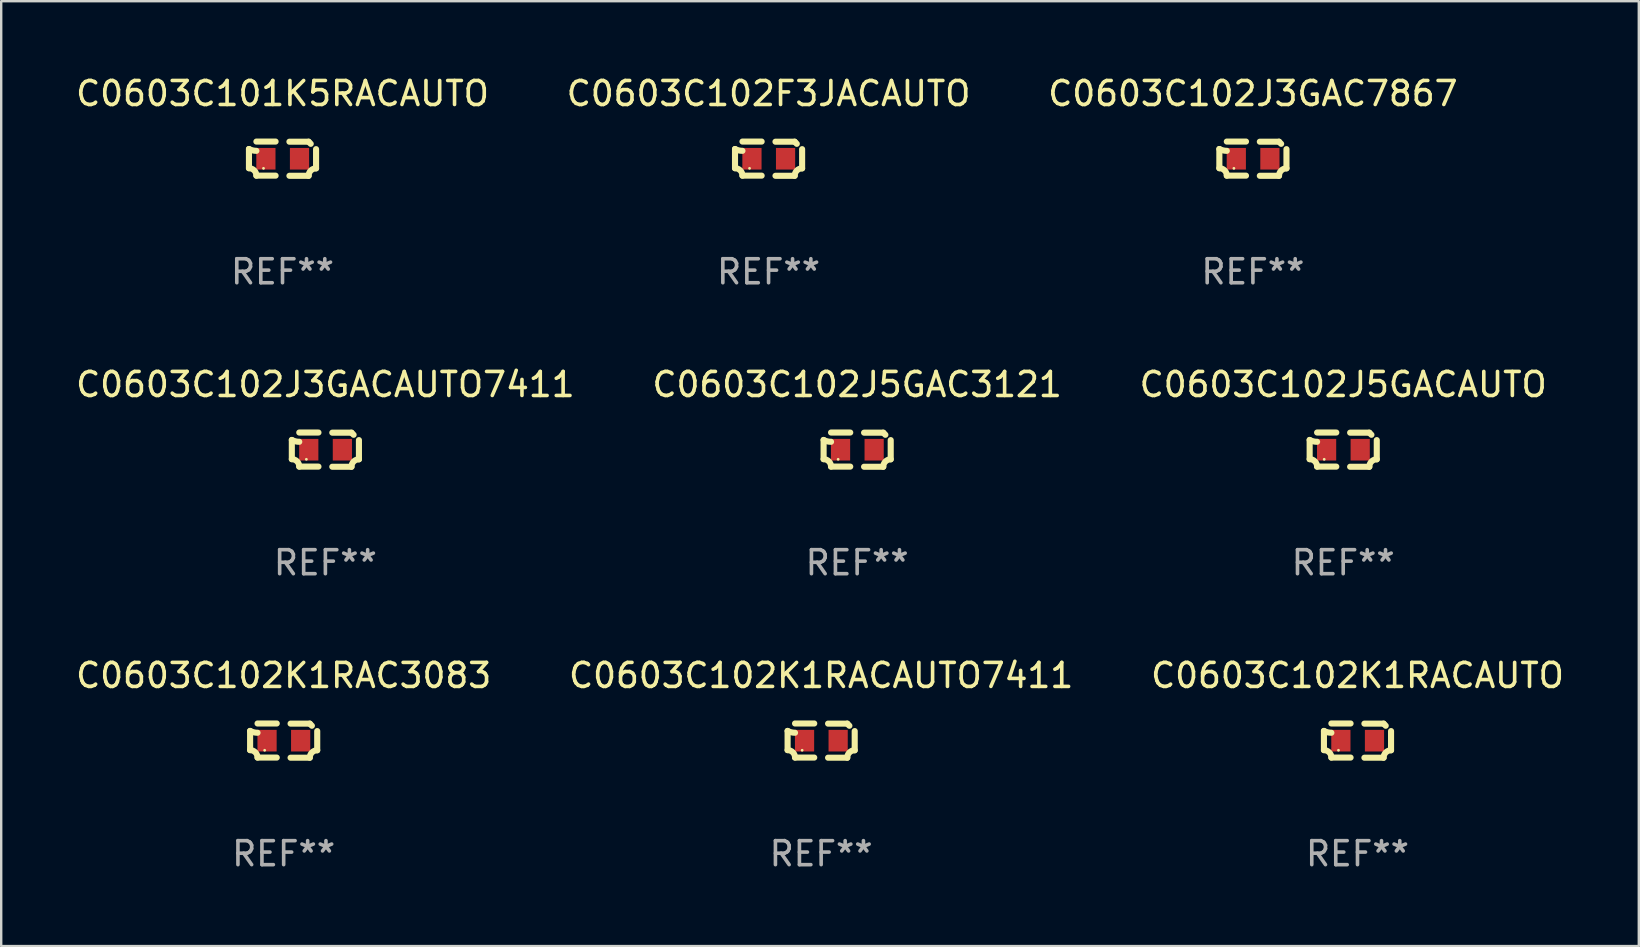
<source format=kicad_pcb>
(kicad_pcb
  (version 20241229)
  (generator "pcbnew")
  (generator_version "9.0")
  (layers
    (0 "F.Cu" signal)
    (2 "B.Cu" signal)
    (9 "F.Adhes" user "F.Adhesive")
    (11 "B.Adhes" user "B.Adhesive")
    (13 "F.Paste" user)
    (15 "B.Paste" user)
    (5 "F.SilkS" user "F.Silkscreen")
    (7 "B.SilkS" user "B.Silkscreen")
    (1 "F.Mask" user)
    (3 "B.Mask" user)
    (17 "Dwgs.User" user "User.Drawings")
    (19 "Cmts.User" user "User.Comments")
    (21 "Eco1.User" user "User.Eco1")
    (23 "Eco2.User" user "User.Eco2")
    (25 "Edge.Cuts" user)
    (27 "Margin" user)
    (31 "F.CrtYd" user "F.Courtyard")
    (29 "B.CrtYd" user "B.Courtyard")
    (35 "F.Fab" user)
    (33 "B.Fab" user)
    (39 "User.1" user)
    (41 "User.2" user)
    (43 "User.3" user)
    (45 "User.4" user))
  (footprint "C0603C102J3GACAUTO7411"
    (layer "F.Cu")
    (at 10.506 15.683)
    (property "Reference" "C0603C102J3GACAUTO7411" (at 0 -2.713 0) (layer "F.SilkS") (effects (font (size 1 1) (thickness 0.15))))
    (attr through_hole)
    (fp_line (start -1.398 -0.403) (end -1.398 0.397) (stroke (width 0.254) (type solid)) (layer "F.SilkS"))
    (fp_line (start -0.288 -0.713) (end -1.088 -0.713) (stroke (width 0.254) (type solid)) (layer "F.SilkS"))
    (fp_line (start -0.288 0.707) (end -1.088 0.707) (stroke (width 0.254) (type solid)) (layer "F.SilkS"))
    (fp_line (start 0.288 -0.707) (end 1.088 -0.707) (stroke (width 0.254) (type solid)) (layer "F.SilkS"))
    (fp_line (start 0.288 0.713) (end 1.088 0.713) (stroke (width 0.254) (type solid)) (layer "F.SilkS"))
    (fp_line (start 1.398 -0.397) (end 1.398 0.403) (stroke (width 0.254) (type solid)) (layer "F.SilkS"))
    (fp_arc (start -1.397789 0.397066) (mid -1.178701 0.487826) (end -1.08796 0.706922) (stroke (width 0.254001) (type solid)) (layer "F.SilkS"))
    (fp_arc (start -1.08796 -0.327176) (mid -1.247436 -0.346384) (end -1.39779 -0.402908) (stroke (width 0.254001) (type solid)) (layer "F.SilkS"))
    (fp_arc (start 1.087909 0.712738) (mid 1.178656 0.493655) (end 1.397739 0.402908) (stroke (width 0.254001) (type solid)) (layer "F.SilkS"))
    (fp_arc (start 1.175925 -0.618926) (mid 1.131917 -0.662923) (end 1.08791 -0.706922) (stroke (width 0.254001) (type solid)) (layer "F.SilkS"))
    (fp_circle (center -0.792 0.403) (end -0.762 0.403) (stroke (width 0.06) (type solid)) (fill no) (layer "F.SilkS"))
    (fp_text user "REF**" (at 0 4.713 0) (layer "F.Fab") (effects (font (size 1 1) (thickness 0.15))))
    (pad "1" smd rect (at -0.692 0.003) (size 0.8 0.9) (layers "F.Cu" "F.Mask" "F.Paste"))
    (pad "2" smd rect (at 0.708 0.003) (size 0.8 0.9) (layers "F.Cu" "F.Mask" "F.Paste")))
  (footprint "C0603C102K1RAC3083"
    (layer "F.Cu")
    (at 8.768 27.805)
    (property "Reference" "C0603C102K1RAC3083" (at 0 -2.713 0) (layer "F.SilkS") (effects (font (size 1 1) (thickness 0.15))))
    (attr through_hole)
    (fp_line (start -1.398 -0.403) (end -1.398 0.397) (stroke (width 0.254) (type solid)) (layer "F.SilkS"))
    (fp_line (start -0.288 -0.713) (end -1.088 -0.713) (stroke (width 0.254) (type solid)) (layer "F.SilkS"))
    (fp_line (start -0.288 0.707) (end -1.088 0.707) (stroke (width 0.254) (type solid)) (layer "F.SilkS"))
    (fp_line (start 0.288 -0.707) (end 1.088 -0.707) (stroke (width 0.254) (type solid)) (layer "F.SilkS"))
    (fp_line (start 0.288 0.713) (end 1.088 0.713) (stroke (width 0.254) (type solid)) (layer "F.SilkS"))
    (fp_line (start 1.398 -0.397) (end 1.398 0.403) (stroke (width 0.254) (type solid)) (layer "F.SilkS"))
    (fp_arc (start -1.397789 0.397066) (mid -1.178701 0.487826) (end -1.08796 0.706922) (stroke (width 0.254001) (type solid)) (layer "F.SilkS"))
    (fp_arc (start -1.08796 -0.327176) (mid -1.247436 -0.346384) (end -1.39779 -0.402908) (stroke (width 0.254001) (type solid)) (layer "F.SilkS"))
    (fp_arc (start 1.087909 0.712738) (mid 1.178656 0.493655) (end 1.397739 0.402908) (stroke (width 0.254001) (type solid)) (layer "F.SilkS"))
    (fp_arc (start 1.175925 -0.618926) (mid 1.131917 -0.662923) (end 1.08791 -0.706922) (stroke (width 0.254001) (type solid)) (layer "F.SilkS"))
    (fp_circle (center -0.792 0.403) (end -0.762 0.403) (stroke (width 0.06) (type solid)) (fill no) (layer "F.SilkS"))
    (fp_text user "REF**" (at 0 4.713 0) (layer "F.Fab") (effects (font (size 1 1) (thickness 0.15))))
    (pad "1" smd rect (at -0.692 0.003) (size 0.8 0.9) (layers "F.Cu" "F.Mask" "F.Paste"))
    (pad "2" smd rect (at 0.708 0.003) (size 0.8 0.9) (layers "F.Cu" "F.Mask" "F.Paste")))
  (footprint "C0603C102F3JACAUTO"
    (layer "F.Cu")
    (at 28.97 3.561)
    (property "Reference" "C0603C102F3JACAUTO" (at 0 -2.713 0) (layer "F.SilkS") (effects (font (size 1 1) (thickness 0.15))))
    (attr through_hole)
    (fp_line (start -1.398 -0.403) (end -1.398 0.397) (stroke (width 0.254) (type solid)) (layer "F.SilkS"))
    (fp_line (start -0.288 -0.713) (end -1.088 -0.713) (stroke (width 0.254) (type solid)) (layer "F.SilkS"))
    (fp_line (start -0.288 0.707) (end -1.088 0.707) (stroke (width 0.254) (type solid)) (layer "F.SilkS"))
    (fp_line (start 0.288 -0.707) (end 1.088 -0.707) (stroke (width 0.254) (type solid)) (layer "F.SilkS"))
    (fp_line (start 0.288 0.713) (end 1.088 0.713) (stroke (width 0.254) (type solid)) (layer "F.SilkS"))
    (fp_line (start 1.398 -0.397) (end 1.398 0.403) (stroke (width 0.254) (type solid)) (layer "F.SilkS"))
    (fp_arc (start -1.397789 0.397066) (mid -1.178701 0.487826) (end -1.08796 0.706922) (stroke (width 0.254001) (type solid)) (layer "F.SilkS"))
    (fp_arc (start -1.08796 -0.327176) (mid -1.247436 -0.346384) (end -1.39779 -0.402908) (stroke (width 0.254001) (type solid)) (layer "F.SilkS"))
    (fp_arc (start 1.087909 0.712738) (mid 1.178656 0.493655) (end 1.397739 0.402908) (stroke (width 0.254001) (type solid)) (layer "F.SilkS"))
    (fp_arc (start 1.175925 -0.618926) (mid 1.131917 -0.662923) (end 1.08791 -0.706922) (stroke (width 0.254001) (type solid)) (layer "F.SilkS"))
    (fp_circle (center -0.792 0.403) (end -0.762 0.403) (stroke (width 0.06) (type solid)) (fill no) (layer "F.SilkS"))
    (fp_text user "REF**" (at 0 4.713 0) (layer "F.Fab") (effects (font (size 1 1) (thickness 0.15))))
    (pad "1" smd rect (at -0.692 0.003) (size 0.8 0.9) (layers "F.Cu" "F.Mask" "F.Paste"))
    (pad "2" smd rect (at 0.708 0.003) (size 0.8 0.9) (layers "F.Cu" "F.Mask" "F.Paste")))
  (footprint "C0603C102J5GAC3121"
    (layer "F.Cu")
    (at 32.661 15.683)
    (property "Reference" "C0603C102J5GAC3121" (at 0 -2.713 0) (layer "F.SilkS") (effects (font (size 1 1) (thickness 0.15))))
    (attr through_hole)
    (fp_line (start -1.398 -0.403) (end -1.398 0.397) (stroke (width 0.254) (type solid)) (layer "F.SilkS"))
    (fp_line (start -0.288 -0.713) (end -1.088 -0.713) (stroke (width 0.254) (type solid)) (layer "F.SilkS"))
    (fp_line (start -0.288 0.707) (end -1.088 0.707) (stroke (width 0.254) (type solid)) (layer "F.SilkS"))
    (fp_line (start 0.288 -0.707) (end 1.088 -0.707) (stroke (width 0.254) (type solid)) (layer "F.SilkS"))
    (fp_line (start 0.288 0.713) (end 1.088 0.713) (stroke (width 0.254) (type solid)) (layer "F.SilkS"))
    (fp_line (start 1.398 -0.397) (end 1.398 0.403) (stroke (width 0.254) (type solid)) (layer "F.SilkS"))
    (fp_arc (start -1.397789 0.397066) (mid -1.178701 0.487826) (end -1.08796 0.706922) (stroke (width 0.254001) (type solid)) (layer "F.SilkS"))
    (fp_arc (start -1.08796 -0.327176) (mid -1.247436 -0.346384) (end -1.39779 -0.402908) (stroke (width 0.254001) (type solid)) (layer "F.SilkS"))
    (fp_arc (start 1.087909 0.712738) (mid 1.178656 0.493655) (end 1.397739 0.402908) (stroke (width 0.254001) (type solid)) (layer "F.SilkS"))
    (fp_arc (start 1.175925 -0.618926) (mid 1.131917 -0.662923) (end 1.08791 -0.706922) (stroke (width 0.254001) (type solid)) (layer "F.SilkS"))
    (fp_circle (center -0.792 0.403) (end -0.762 0.403) (stroke (width 0.06) (type solid)) (fill no) (layer "F.SilkS"))
    (fp_text user "REF**" (at 0 4.713 0) (layer "F.Fab") (effects (font (size 1 1) (thickness 0.15))))
    (pad "1" smd rect (at -0.692 0.003) (size 0.8 0.9) (layers "F.Cu" "F.Mask" "F.Paste"))
    (pad "2" smd rect (at 0.708 0.003) (size 0.8 0.9) (layers "F.Cu" "F.Mask" "F.Paste")))
  (footprint "C0603C101K5RACAUTO"
    (layer "F.Cu")
    (at 8.72 3.561)
    (property "Reference" "C0603C101K5RACAUTO" (at 0 -2.713 0) (layer "F.SilkS") (effects (font (size 1 1) (thickness 0.15))))
    (attr through_hole)
    (fp_line (start -1.398 -0.403) (end -1.398 0.397) (stroke (width 0.254) (type solid)) (layer "F.SilkS"))
    (fp_line (start -0.288 -0.713) (end -1.088 -0.713) (stroke (width 0.254) (type solid)) (layer "F.SilkS"))
    (fp_line (start -0.288 0.707) (end -1.088 0.707) (stroke (width 0.254) (type solid)) (layer "F.SilkS"))
    (fp_line (start 0.288 -0.707) (end 1.088 -0.707) (stroke (width 0.254) (type solid)) (layer "F.SilkS"))
    (fp_line (start 0.288 0.713) (end 1.088 0.713) (stroke (width 0.254) (type solid)) (layer "F.SilkS"))
    (fp_line (start 1.398 -0.397) (end 1.398 0.403) (stroke (width 0.254) (type solid)) (layer "F.SilkS"))
    (fp_arc (start -1.397789 0.397066) (mid -1.178701 0.487826) (end -1.08796 0.706922) (stroke (width 0.254001) (type solid)) (layer "F.SilkS"))
    (fp_arc (start -1.08796 -0.327176) (mid -1.247436 -0.346384) (end -1.39779 -0.402908) (stroke (width 0.254001) (type solid)) (layer "F.SilkS"))
    (fp_arc (start 1.087909 0.712738) (mid 1.178656 0.493655) (end 1.397739 0.402908) (stroke (width 0.254001) (type solid)) (layer "F.SilkS"))
    (fp_arc (start 1.175925 -0.618926) (mid 1.131917 -0.662923) (end 1.08791 -0.706922) (stroke (width 0.254001) (type solid)) (layer "F.SilkS"))
    (fp_circle (center -0.792 0.403) (end -0.762 0.403) (stroke (width 0.06) (type solid)) (fill no) (layer "F.SilkS"))
    (fp_text user "REF**" (at 0 4.713 0) (layer "F.Fab") (effects (font (size 1 1) (thickness 0.15))))
    (pad "1" smd rect (at -0.692 0.003) (size 0.8 0.9) (layers "F.Cu" "F.Mask" "F.Paste"))
    (pad "2" smd rect (at 0.708 0.003) (size 0.8 0.9) (layers "F.Cu" "F.Mask" "F.Paste")))
  (footprint "C0603C102J3GAC7867"
    (layer "F.Cu")
    (at 49.149 3.561)
    (property "Reference" "C0603C102J3GAC7867" (at 0 -2.713 0) (layer "F.SilkS") (effects (font (size 1 1) (thickness 0.15))))
    (attr through_hole)
    (fp_line (start -1.398 -0.403) (end -1.398 0.397) (stroke (width 0.254) (type solid)) (layer "F.SilkS"))
    (fp_line (start -0.288 -0.713) (end -1.088 -0.713) (stroke (width 0.254) (type solid)) (layer "F.SilkS"))
    (fp_line (start -0.288 0.707) (end -1.088 0.707) (stroke (width 0.254) (type solid)) (layer "F.SilkS"))
    (fp_line (start 0.288 -0.707) (end 1.088 -0.707) (stroke (width 0.254) (type solid)) (layer "F.SilkS"))
    (fp_line (start 0.288 0.713) (end 1.088 0.713) (stroke (width 0.254) (type solid)) (layer "F.SilkS"))
    (fp_line (start 1.398 -0.397) (end 1.398 0.403) (stroke (width 0.254) (type solid)) (layer "F.SilkS"))
    (fp_arc (start -1.397789 0.397066) (mid -1.178701 0.487826) (end -1.08796 0.706922) (stroke (width 0.254001) (type solid)) (layer "F.SilkS"))
    (fp_arc (start -1.08796 -0.327176) (mid -1.247436 -0.346384) (end -1.39779 -0.402908) (stroke (width 0.254001) (type solid)) (layer "F.SilkS"))
    (fp_arc (start 1.087909 0.712738) (mid 1.178656 0.493655) (end 1.397739 0.402908) (stroke (width 0.254001) (type solid)) (layer "F.SilkS"))
    (fp_arc (start 1.175925 -0.618926) (mid 1.131917 -0.662923) (end 1.08791 -0.706922) (stroke (width 0.254001) (type solid)) (layer "F.SilkS"))
    (fp_circle (center -0.792 0.403) (end -0.762 0.403) (stroke (width 0.06) (type solid)) (fill no) (layer "F.SilkS"))
    (fp_text user "REF**" (at 0 4.713 0) (layer "F.Fab") (effects (font (size 1 1) (thickness 0.15))))
    (pad "1" smd rect (at -0.692 0.003) (size 0.8 0.9) (layers "F.Cu" "F.Mask" "F.Paste"))
    (pad "2" smd rect (at 0.708 0.003) (size 0.8 0.9) (layers "F.Cu" "F.Mask" "F.Paste")))
  (footprint "C0603C102J5GACAUTO"
    (layer "F.Cu")
    (at 52.911 15.683)
    (property "Reference" "C0603C102J5GACAUTO" (at 0 -2.713 0) (layer "F.SilkS") (effects (font (size 1 1) (thickness 0.15))))
    (attr through_hole)
    (fp_line (start -1.398 -0.403) (end -1.398 0.397) (stroke (width 0.254) (type solid)) (layer "F.SilkS"))
    (fp_line (start -0.288 -0.713) (end -1.088 -0.713) (stroke (width 0.254) (type solid)) (layer "F.SilkS"))
    (fp_line (start -0.288 0.707) (end -1.088 0.707) (stroke (width 0.254) (type solid)) (layer "F.SilkS"))
    (fp_line (start 0.288 -0.707) (end 1.088 -0.707) (stroke (width 0.254) (type solid)) (layer "F.SilkS"))
    (fp_line (start 0.288 0.713) (end 1.088 0.713) (stroke (width 0.254) (type solid)) (layer "F.SilkS"))
    (fp_line (start 1.398 -0.397) (end 1.398 0.403) (stroke (width 0.254) (type solid)) (layer "F.SilkS"))
    (fp_arc (start -1.397789 0.397066) (mid -1.178701 0.487826) (end -1.08796 0.706922) (stroke (width 0.254001) (type solid)) (layer "F.SilkS"))
    (fp_arc (start -1.08796 -0.327176) (mid -1.247436 -0.346384) (end -1.39779 -0.402908) (stroke (width 0.254001) (type solid)) (layer "F.SilkS"))
    (fp_arc (start 1.087909 0.712738) (mid 1.178656 0.493655) (end 1.397739 0.402908) (stroke (width 0.254001) (type solid)) (layer "F.SilkS"))
    (fp_arc (start 1.175925 -0.618926) (mid 1.131917 -0.662923) (end 1.08791 -0.706922) (stroke (width 0.254001) (type solid)) (layer "F.SilkS"))
    (fp_circle (center -0.792 0.403) (end -0.762 0.403) (stroke (width 0.06) (type solid)) (fill no) (layer "F.SilkS"))
    (fp_text user "REF**" (at 0 4.713 0) (layer "F.Fab") (effects (font (size 1 1) (thickness 0.15))))
    (pad "1" smd rect (at -0.692 0.003) (size 0.8 0.9) (layers "F.Cu" "F.Mask" "F.Paste"))
    (pad "2" smd rect (at 0.708 0.003) (size 0.8 0.9) (layers "F.Cu" "F.Mask" "F.Paste")))
  (footprint "C0603C102K1RACAUTO"
    (layer "F.Cu")
    (at 53.506 27.805)
    (property "Reference" "C0603C102K1RACAUTO" (at 0 -2.713 0) (layer "F.SilkS") (effects (font (size 1 1) (thickness 0.15))))
    (attr through_hole)
    (fp_line (start -1.398 -0.403) (end -1.398 0.397) (stroke (width 0.254) (type solid)) (layer "F.SilkS"))
    (fp_line (start -0.288 -0.713) (end -1.088 -0.713) (stroke (width 0.254) (type solid)) (layer "F.SilkS"))
    (fp_line (start -0.288 0.707) (end -1.088 0.707) (stroke (width 0.254) (type solid)) (layer "F.SilkS"))
    (fp_line (start 0.288 -0.707) (end 1.088 -0.707) (stroke (width 0.254) (type solid)) (layer "F.SilkS"))
    (fp_line (start 0.288 0.713) (end 1.088 0.713) (stroke (width 0.254) (type solid)) (layer "F.SilkS"))
    (fp_line (start 1.398 -0.397) (end 1.398 0.403) (stroke (width 0.254) (type solid)) (layer "F.SilkS"))
    (fp_arc (start -1.397789 0.397066) (mid -1.178701 0.487826) (end -1.08796 0.706922) (stroke (width 0.254001) (type solid)) (layer "F.SilkS"))
    (fp_arc (start -1.08796 -0.327176) (mid -1.247436 -0.346384) (end -1.39779 -0.402908) (stroke (width 0.254001) (type solid)) (layer "F.SilkS"))
    (fp_arc (start 1.087909 0.712738) (mid 1.178656 0.493655) (end 1.397739 0.402908) (stroke (width 0.254001) (type solid)) (layer "F.SilkS"))
    (fp_arc (start 1.175925 -0.618926) (mid 1.131917 -0.662923) (end 1.08791 -0.706922) (stroke (width 0.254001) (type solid)) (layer "F.SilkS"))
    (fp_circle (center -0.792 0.403) (end -0.762 0.403) (stroke (width 0.06) (type solid)) (fill no) (layer "F.SilkS"))
    (fp_text user "REF**" (at 0 4.713 0) (layer "F.Fab") (effects (font (size 1 1) (thickness 0.15))))
    (pad "1" smd rect (at -0.692 0.003) (size 0.8 0.9) (layers "F.Cu" "F.Mask" "F.Paste"))
    (pad "2" smd rect (at 0.708 0.003) (size 0.8 0.9) (layers "F.Cu" "F.Mask" "F.Paste")))
  (footprint "C0603C102K1RACAUTO7411"
    (layer "F.Cu")
    (at 31.161 27.805)
    (property "Reference" "C0603C102K1RACAUTO7411" (at 0 -2.713 0) (layer "F.SilkS") (effects (font (size 1 1) (thickness 0.15))))
    (attr through_hole)
    (fp_line (start -1.398 -0.403) (end -1.398 0.397) (stroke (width 0.254) (type solid)) (layer "F.SilkS"))
    (fp_line (start -0.288 -0.713) (end -1.088 -0.713) (stroke (width 0.254) (type solid)) (layer "F.SilkS"))
    (fp_line (start -0.288 0.707) (end -1.088 0.707) (stroke (width 0.254) (type solid)) (layer "F.SilkS"))
    (fp_line (start 0.288 -0.707) (end 1.088 -0.707) (stroke (width 0.254) (type solid)) (layer "F.SilkS"))
    (fp_line (start 0.288 0.713) (end 1.088 0.713) (stroke (width 0.254) (type solid)) (layer "F.SilkS"))
    (fp_line (start 1.398 -0.397) (end 1.398 0.403) (stroke (width 0.254) (type solid)) (layer "F.SilkS"))
    (fp_arc (start -1.397789 0.397066) (mid -1.178701 0.487826) (end -1.08796 0.706922) (stroke (width 0.254001) (type solid)) (layer "F.SilkS"))
    (fp_arc (start -1.08796 -0.327176) (mid -1.247436 -0.346384) (end -1.39779 -0.402908) (stroke (width 0.254001) (type solid)) (layer "F.SilkS"))
    (fp_arc (start 1.087909 0.712738) (mid 1.178656 0.493655) (end 1.397739 0.402908) (stroke (width 0.254001) (type solid)) (layer "F.SilkS"))
    (fp_arc (start 1.175925 -0.618926) (mid 1.131917 -0.662923) (end 1.08791 -0.706922) (stroke (width 0.254001) (type solid)) (layer "F.SilkS"))
    (fp_circle (center -0.792 0.403) (end -0.762 0.403) (stroke (width 0.06) (type solid)) (fill no) (layer "F.SilkS"))
    (fp_text user "REF**" (at 0 4.713 0) (layer "F.Fab") (effects (font (size 1 1) (thickness 0.15))))
    (pad "1" smd rect (at -0.692 0.003) (size 0.8 0.9) (layers "F.Cu" "F.Mask" "F.Paste"))
    (pad "2" smd rect (at 0.708 0.003) (size 0.8 0.9) (layers "F.Cu" "F.Mask" "F.Paste")))
  (gr_rect
    (start -3 -3)
    (end 65.226 36.366)
    (stroke (width 0.1) (type default))
    (fill no)
    (layer "Edge.Cuts")))
</source>
